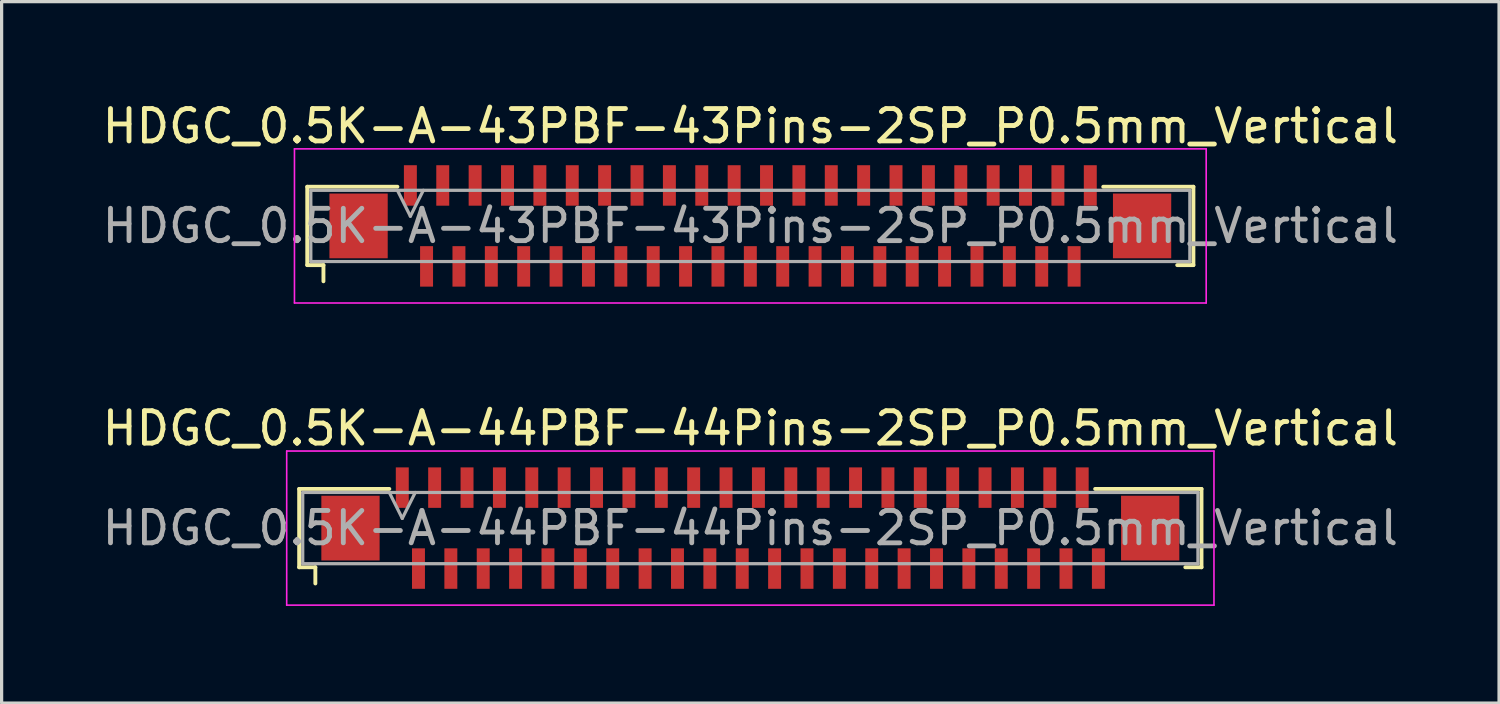
<source format=kicad_pcb>
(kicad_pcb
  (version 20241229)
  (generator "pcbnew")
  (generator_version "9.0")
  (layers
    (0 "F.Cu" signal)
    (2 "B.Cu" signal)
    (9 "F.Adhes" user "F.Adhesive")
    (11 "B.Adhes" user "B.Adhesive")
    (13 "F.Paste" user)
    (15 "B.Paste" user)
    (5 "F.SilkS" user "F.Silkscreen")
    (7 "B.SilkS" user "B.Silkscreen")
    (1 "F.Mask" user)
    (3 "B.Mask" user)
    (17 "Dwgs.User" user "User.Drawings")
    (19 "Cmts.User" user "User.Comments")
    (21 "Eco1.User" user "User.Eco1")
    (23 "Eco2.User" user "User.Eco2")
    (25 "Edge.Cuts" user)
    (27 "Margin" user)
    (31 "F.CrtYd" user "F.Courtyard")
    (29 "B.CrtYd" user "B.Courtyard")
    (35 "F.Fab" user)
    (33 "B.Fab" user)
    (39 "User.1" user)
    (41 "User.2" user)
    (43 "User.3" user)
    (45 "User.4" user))
  (footprint "HDGC_0.5K-A-44PBF-44Pins-2SP_P0.5mm_Vertical"
    (layer "F.Cu")
    (at 20.125 13.261)
    (property "Reference" "HDGC_0.5K-A-44PBF-44Pins-2SP_P0.5mm_Vertical" (at 0 -3.08 0) (layer "F.SilkS") (effects (font (size 1 1) (thickness 0.15))))
    (attr smd)
    (fp_line (start -13.935 -1.21) (end -11.15 -1.21) (stroke (width 0.12) (type solid)) (layer "F.SilkS"))
    (fp_line (start -13.935 1.21) (end -13.935 -1.21) (stroke (width 0.12) (type solid)) (layer "F.SilkS"))
    (fp_line (start -13.435 1.21) (end -13.935 1.21) (stroke (width 0.12) (type solid)) (layer "F.SilkS"))
    (fp_line (start -13.435 1.71) (end -13.435 1.21) (stroke (width 0.12) (type solid)) (layer "F.SilkS"))
    (fp_line (start 13.435 1.21) (end 13.935 1.21) (stroke (width 0.12) (type solid)) (layer "F.SilkS"))
    (fp_line (start 13.935 -1.21) (end 10.65 -1.21) (stroke (width 0.12) (type solid)) (layer "F.SilkS"))
    (fp_line (start 13.935 1.21) (end 13.935 -1.21) (stroke (width 0.12) (type solid)) (layer "F.SilkS"))
    (fp_line (start -14.32 -2.38) (end 14.32 -2.38) (stroke (width 0.05) (type solid)) (layer "F.CrtYd"))
    (fp_line (start -14.32 2.38) (end -14.32 -2.38) (stroke (width 0.05) (type solid)) (layer "F.CrtYd"))
    (fp_line (start 14.32 -2.38) (end 14.32 2.38) (stroke (width 0.05) (type solid)) (layer "F.CrtYd"))
    (fp_line (start 14.32 2.38) (end -14.32 2.38) (stroke (width 0.05) (type solid)) (layer "F.CrtYd"))
    (fp_line (start -13.825 -1.1) (end -13.825 1.1) (stroke (width 0.1) (type solid)) (layer "F.Fab"))
    (fp_line (start -13.825 1.1) (end 13.825 1.1) (stroke (width 0.1) (type solid)) (layer "F.Fab"))
    (fp_line (start -11.15 -1.1) (end -10.75 -0.3) (stroke (width 0.1) (type solid)) (layer "F.Fab"))
    (fp_line (start -10.75 -0.3) (end -10.35 -1.1) (stroke (width 0.1) (type solid)) (layer "F.Fab"))
    (fp_line (start 13.825 -1.1) (end -13.825 -1.1) (stroke (width 0.1) (type solid)) (layer "F.Fab"))
    (fp_line (start 13.825 1.1) (end 13.825 -1.1) (stroke (width 0.1) (type solid)) (layer "F.Fab"))
    (fp_text user "${REFERENCE}" (at 0 0 0) (layer "F.Fab") (effects (font (size 1 1) (thickness 0.15))))
    (pad "1" smd rect (at -10.75 -1.25) (size 0.4 1.25) (layers "F.Cu" "F.Mask" "F.Paste"))
    (pad "2" smd rect (at -10.25 1.25) (size 0.4 1.25) (layers "F.Cu" "F.Mask" "F.Paste"))
    (pad "3" smd rect (at -9.75 -1.25) (size 0.4 1.25) (layers "F.Cu" "F.Mask" "F.Paste"))
    (pad "4" smd rect (at -9.25 1.25) (size 0.4 1.25) (layers "F.Cu" "F.Mask" "F.Paste"))
    (pad "5" smd rect (at -8.75 -1.25) (size 0.4 1.25) (layers "F.Cu" "F.Mask" "F.Paste"))
    (pad "6" smd rect (at -8.25 1.25) (size 0.4 1.25) (layers "F.Cu" "F.Mask" "F.Paste"))
    (pad "7" smd rect (at -7.75 -1.25) (size 0.4 1.25) (layers "F.Cu" "F.Mask" "F.Paste"))
    (pad "8" smd rect (at -7.25 1.25) (size 0.4 1.25) (layers "F.Cu" "F.Mask" "F.Paste"))
    (pad "9" smd rect (at -6.75 -1.25) (size 0.4 1.25) (layers "F.Cu" "F.Mask" "F.Paste"))
    (pad "10" smd rect (at -6.25 1.25) (size 0.4 1.25) (layers "F.Cu" "F.Mask" "F.Paste"))
    (pad "11" smd rect (at -5.75 -1.25) (size 0.4 1.25) (layers "F.Cu" "F.Mask" "F.Paste"))
    (pad "12" smd rect (at -5.25 1.25) (size 0.4 1.25) (layers "F.Cu" "F.Mask" "F.Paste"))
    (pad "13" smd rect (at -4.75 -1.25) (size 0.4 1.25) (layers "F.Cu" "F.Mask" "F.Paste"))
    (pad "14" smd rect (at -4.25 1.25) (size 0.4 1.25) (layers "F.Cu" "F.Mask" "F.Paste"))
    (pad "15" smd rect (at -3.75 -1.25) (size 0.4 1.25) (layers "F.Cu" "F.Mask" "F.Paste"))
    (pad "16" smd rect (at -3.25 1.25) (size 0.4 1.25) (layers "F.Cu" "F.Mask" "F.Paste"))
    (pad "17" smd rect (at -2.75 -1.25) (size 0.4 1.25) (layers "F.Cu" "F.Mask" "F.Paste"))
    (pad "18" smd rect (at -2.25 1.25) (size 0.4 1.25) (layers "F.Cu" "F.Mask" "F.Paste"))
    (pad "19" smd rect (at -1.75 -1.25) (size 0.4 1.25) (layers "F.Cu" "F.Mask" "F.Paste"))
    (pad "20" smd rect (at -1.25 1.25) (size 0.4 1.25) (layers "F.Cu" "F.Mask" "F.Paste"))
    (pad "21" smd rect (at -0.75 -1.25) (size 0.4 1.25) (layers "F.Cu" "F.Mask" "F.Paste"))
    (pad "22" smd rect (at -0.25 1.25) (size 0.4 1.25) (layers "F.Cu" "F.Mask" "F.Paste"))
    (pad "23" smd rect (at 0.25 -1.25) (size 0.4 1.25) (layers "F.Cu" "F.Mask" "F.Paste"))
    (pad "24" smd rect (at 0.75 1.25) (size 0.4 1.25) (layers "F.Cu" "F.Mask" "F.Paste"))
    (pad "25" smd rect (at 1.25 -1.25) (size 0.4 1.25) (layers "F.Cu" "F.Mask" "F.Paste"))
    (pad "26" smd rect (at 1.75 1.25) (size 0.4 1.25) (layers "F.Cu" "F.Mask" "F.Paste"))
    (pad "27" smd rect (at 2.25 -1.25) (size 0.4 1.25) (layers "F.Cu" "F.Mask" "F.Paste"))
    (pad "28" smd rect (at 2.75 1.25) (size 0.4 1.25) (layers "F.Cu" "F.Mask" "F.Paste"))
    (pad "29" smd rect (at 3.25 -1.25) (size 0.4 1.25) (layers "F.Cu" "F.Mask" "F.Paste"))
    (pad "30" smd rect (at 3.75 1.25) (size 0.4 1.25) (layers "F.Cu" "F.Mask" "F.Paste"))
    (pad "31" smd rect (at 4.25 -1.25) (size 0.4 1.25) (layers "F.Cu" "F.Mask" "F.Paste"))
    (pad "32" smd rect (at 4.75 1.25) (size 0.4 1.25) (layers "F.Cu" "F.Mask" "F.Paste"))
    (pad "33" smd rect (at 5.25 -1.25) (size 0.4 1.25) (layers "F.Cu" "F.Mask" "F.Paste"))
    (pad "34" smd rect (at 5.75 1.25) (size 0.4 1.25) (layers "F.Cu" "F.Mask" "F.Paste"))
    (pad "35" smd rect (at 6.25 -1.25) (size 0.4 1.25) (layers "F.Cu" "F.Mask" "F.Paste"))
    (pad "36" smd rect (at 6.75 1.25) (size 0.4 1.25) (layers "F.Cu" "F.Mask" "F.Paste"))
    (pad "37" smd rect (at 7.25 -1.25) (size 0.4 1.25) (layers "F.Cu" "F.Mask" "F.Paste"))
    (pad "38" smd rect (at 7.75 1.25) (size 0.4 1.25) (layers "F.Cu" "F.Mask" "F.Paste"))
    (pad "39" smd rect (at 8.25 -1.25) (size 0.4 1.25) (layers "F.Cu" "F.Mask" "F.Paste"))
    (pad "40" smd rect (at 8.75 1.25) (size 0.4 1.25) (layers "F.Cu" "F.Mask" "F.Paste"))
    (pad "41" smd rect (at 9.25 -1.25) (size 0.4 1.25) (layers "F.Cu" "F.Mask" "F.Paste"))
    (pad "42" smd rect (at 9.75 1.25) (size 0.4 1.25) (layers "F.Cu" "F.Mask" "F.Paste"))
    (pad "43" smd rect (at 10.25 -1.25) (size 0.4 1.25) (layers "F.Cu" "F.Mask" "F.Paste"))
    (pad "44" smd rect (at 10.75 1.25) (size 0.4 1.25) (layers "F.Cu" "F.Mask" "F.Paste"))
    (pad "MP" smd rect (at -12.35 0) (size 1.8 2) (layers "F.Cu" "F.Mask" "F.Paste"))
    (pad "MP" smd rect (at 12.35 0) (size 1.8 2) (layers "F.Cu" "F.Mask" "F.Paste")))
  (footprint "HDGC_0.5K-A-43PBF-43Pins-2SP_P0.5mm_Vertical"
    (layer "F.Cu")
    (at 20.125 3.928)
    (property "Reference" "HDGC_0.5K-A-43PBF-43Pins-2SP_P0.5mm_Vertical" (at 0 -3.08 0) (layer "F.SilkS") (effects (font (size 1 1) (thickness 0.15))))
    (attr smd)
    (fp_line (start -13.685 -1.21) (end -10.9 -1.21) (stroke (width 0.12) (type solid)) (layer "F.SilkS"))
    (fp_line (start -13.685 1.21) (end -13.685 -1.21) (stroke (width 0.12) (type solid)) (layer "F.SilkS"))
    (fp_line (start -13.185 1.21) (end -13.685 1.21) (stroke (width 0.12) (type solid)) (layer "F.SilkS"))
    (fp_line (start -13.185 1.71) (end -13.185 1.21) (stroke (width 0.12) (type solid)) (layer "F.SilkS"))
    (fp_line (start 13.185 1.21) (end 13.685 1.21) (stroke (width 0.12) (type solid)) (layer "F.SilkS"))
    (fp_line (start 13.685 -1.21) (end 10.9 -1.21) (stroke (width 0.12) (type solid)) (layer "F.SilkS"))
    (fp_line (start 13.685 1.21) (end 13.685 -1.21) (stroke (width 0.12) (type solid)) (layer "F.SilkS"))
    (fp_line (start -14.08 -2.38) (end 14.08 -2.38) (stroke (width 0.05) (type solid)) (layer "F.CrtYd"))
    (fp_line (start -14.08 2.38) (end -14.08 -2.38) (stroke (width 0.05) (type solid)) (layer "F.CrtYd"))
    (fp_line (start 14.08 -2.38) (end 14.08 2.38) (stroke (width 0.05) (type solid)) (layer "F.CrtYd"))
    (fp_line (start 14.08 2.38) (end -14.08 2.38) (stroke (width 0.05) (type solid)) (layer "F.CrtYd"))
    (fp_line (start -13.575 -1.1) (end -13.575 1.1) (stroke (width 0.1) (type solid)) (layer "F.Fab"))
    (fp_line (start -13.575 1.1) (end 13.575 1.1) (stroke (width 0.1) (type solid)) (layer "F.Fab"))
    (fp_line (start -10.9 -1.1) (end -10.5 -0.3) (stroke (width 0.1) (type solid)) (layer "F.Fab"))
    (fp_line (start -10.5 -0.3) (end -10.1 -1.1) (stroke (width 0.1) (type solid)) (layer "F.Fab"))
    (fp_line (start 13.575 -1.1) (end -13.575 -1.1) (stroke (width 0.1) (type solid)) (layer "F.Fab"))
    (fp_line (start 13.575 1.1) (end 13.575 -1.1) (stroke (width 0.1) (type solid)) (layer "F.Fab"))
    (fp_text user "${REFERENCE}" (at 0 0 0) (layer "F.Fab") (effects (font (size 1 1) (thickness 0.15))))
    (pad "1" smd rect (at -10.5 -1.25) (size 0.4 1.25) (layers "F.Cu" "F.Mask" "F.Paste"))
    (pad "2" smd rect (at -10 1.25) (size 0.4 1.25) (layers "F.Cu" "F.Mask" "F.Paste"))
    (pad "3" smd rect (at -9.5 -1.25) (size 0.4 1.25) (layers "F.Cu" "F.Mask" "F.Paste"))
    (pad "4" smd rect (at -9 1.25) (size 0.4 1.25) (layers "F.Cu" "F.Mask" "F.Paste"))
    (pad "5" smd rect (at -8.5 -1.25) (size 0.4 1.25) (layers "F.Cu" "F.Mask" "F.Paste"))
    (pad "6" smd rect (at -8 1.25) (size 0.4 1.25) (layers "F.Cu" "F.Mask" "F.Paste"))
    (pad "7" smd rect (at -7.5 -1.25) (size 0.4 1.25) (layers "F.Cu" "F.Mask" "F.Paste"))
    (pad "8" smd rect (at -7 1.25) (size 0.4 1.25) (layers "F.Cu" "F.Mask" "F.Paste"))
    (pad "9" smd rect (at -6.5 -1.25) (size 0.4 1.25) (layers "F.Cu" "F.Mask" "F.Paste"))
    (pad "10" smd rect (at -6 1.25) (size 0.4 1.25) (layers "F.Cu" "F.Mask" "F.Paste"))
    (pad "11" smd rect (at -5.5 -1.25) (size 0.4 1.25) (layers "F.Cu" "F.Mask" "F.Paste"))
    (pad "12" smd rect (at -5 1.25) (size 0.4 1.25) (layers "F.Cu" "F.Mask" "F.Paste"))
    (pad "13" smd rect (at -4.5 -1.25) (size 0.4 1.25) (layers "F.Cu" "F.Mask" "F.Paste"))
    (pad "14" smd rect (at -4 1.25) (size 0.4 1.25) (layers "F.Cu" "F.Mask" "F.Paste"))
    (pad "15" smd rect (at -3.5 -1.25) (size 0.4 1.25) (layers "F.Cu" "F.Mask" "F.Paste"))
    (pad "16" smd rect (at -3 1.25) (size 0.4 1.25) (layers "F.Cu" "F.Mask" "F.Paste"))
    (pad "17" smd rect (at -2.5 -1.25) (size 0.4 1.25) (layers "F.Cu" "F.Mask" "F.Paste"))
    (pad "18" smd rect (at -2 1.25) (size 0.4 1.25) (layers "F.Cu" "F.Mask" "F.Paste"))
    (pad "19" smd rect (at -1.5 -1.25) (size 0.4 1.25) (layers "F.Cu" "F.Mask" "F.Paste"))
    (pad "20" smd rect (at -1 1.25) (size 0.4 1.25) (layers "F.Cu" "F.Mask" "F.Paste"))
    (pad "21" smd rect (at -0.5 -1.25) (size 0.4 1.25) (layers "F.Cu" "F.Mask" "F.Paste"))
    (pad "22" smd rect (at 0 1.25) (size 0.4 1.25) (layers "F.Cu" "F.Mask" "F.Paste"))
    (pad "23" smd rect (at 0.5 -1.25) (size 0.4 1.25) (layers "F.Cu" "F.Mask" "F.Paste"))
    (pad "24" smd rect (at 1 1.25) (size 0.4 1.25) (layers "F.Cu" "F.Mask" "F.Paste"))
    (pad "25" smd rect (at 1.5 -1.25) (size 0.4 1.25) (layers "F.Cu" "F.Mask" "F.Paste"))
    (pad "26" smd rect (at 2 1.25) (size 0.4 1.25) (layers "F.Cu" "F.Mask" "F.Paste"))
    (pad "27" smd rect (at 2.5 -1.25) (size 0.4 1.25) (layers "F.Cu" "F.Mask" "F.Paste"))
    (pad "28" smd rect (at 3 1.25) (size 0.4 1.25) (layers "F.Cu" "F.Mask" "F.Paste"))
    (pad "29" smd rect (at 3.5 -1.25) (size 0.4 1.25) (layers "F.Cu" "F.Mask" "F.Paste"))
    (pad "30" smd rect (at 4 1.25) (size 0.4 1.25) (layers "F.Cu" "F.Mask" "F.Paste"))
    (pad "31" smd rect (at 4.5 -1.25) (size 0.4 1.25) (layers "F.Cu" "F.Mask" "F.Paste"))
    (pad "32" smd rect (at 5 1.25) (size 0.4 1.25) (layers "F.Cu" "F.Mask" "F.Paste"))
    (pad "33" smd rect (at 5.5 -1.25) (size 0.4 1.25) (layers "F.Cu" "F.Mask" "F.Paste"))
    (pad "34" smd rect (at 6 1.25) (size 0.4 1.25) (layers "F.Cu" "F.Mask" "F.Paste"))
    (pad "35" smd rect (at 6.5 -1.25) (size 0.4 1.25) (layers "F.Cu" "F.Mask" "F.Paste"))
    (pad "36" smd rect (at 7 1.25) (size 0.4 1.25) (layers "F.Cu" "F.Mask" "F.Paste"))
    (pad "37" smd rect (at 7.5 -1.25) (size 0.4 1.25) (layers "F.Cu" "F.Mask" "F.Paste"))
    (pad "38" smd rect (at 8 1.25) (size 0.4 1.25) (layers "F.Cu" "F.Mask" "F.Paste"))
    (pad "39" smd rect (at 8.5 -1.25) (size 0.4 1.25) (layers "F.Cu" "F.Mask" "F.Paste"))
    (pad "40" smd rect (at 9 1.25) (size 0.4 1.25) (layers "F.Cu" "F.Mask" "F.Paste"))
    (pad "41" smd rect (at 9.5 -1.25) (size 0.4 1.25) (layers "F.Cu" "F.Mask" "F.Paste"))
    (pad "42" smd rect (at 10 1.25) (size 0.4 1.25) (layers "F.Cu" "F.Mask" "F.Paste"))
    (pad "43" smd rect (at 10.5 -1.25) (size 0.4 1.25) (layers "F.Cu" "F.Mask" "F.Paste"))
    (pad "MP" smd rect (at -12.1 0) (size 1.8 2) (layers "F.Cu" "F.Mask" "F.Paste"))
    (pad "MP" smd rect (at 12.1 0) (size 1.8 2) (layers "F.Cu" "F.Mask" "F.Paste")))
  (gr_rect
    (start -3 -3)
    (end 43.25 18.666)
    (stroke (width 0.1) (type default))
    (fill no)
    (layer "Edge.Cuts")))
</source>
